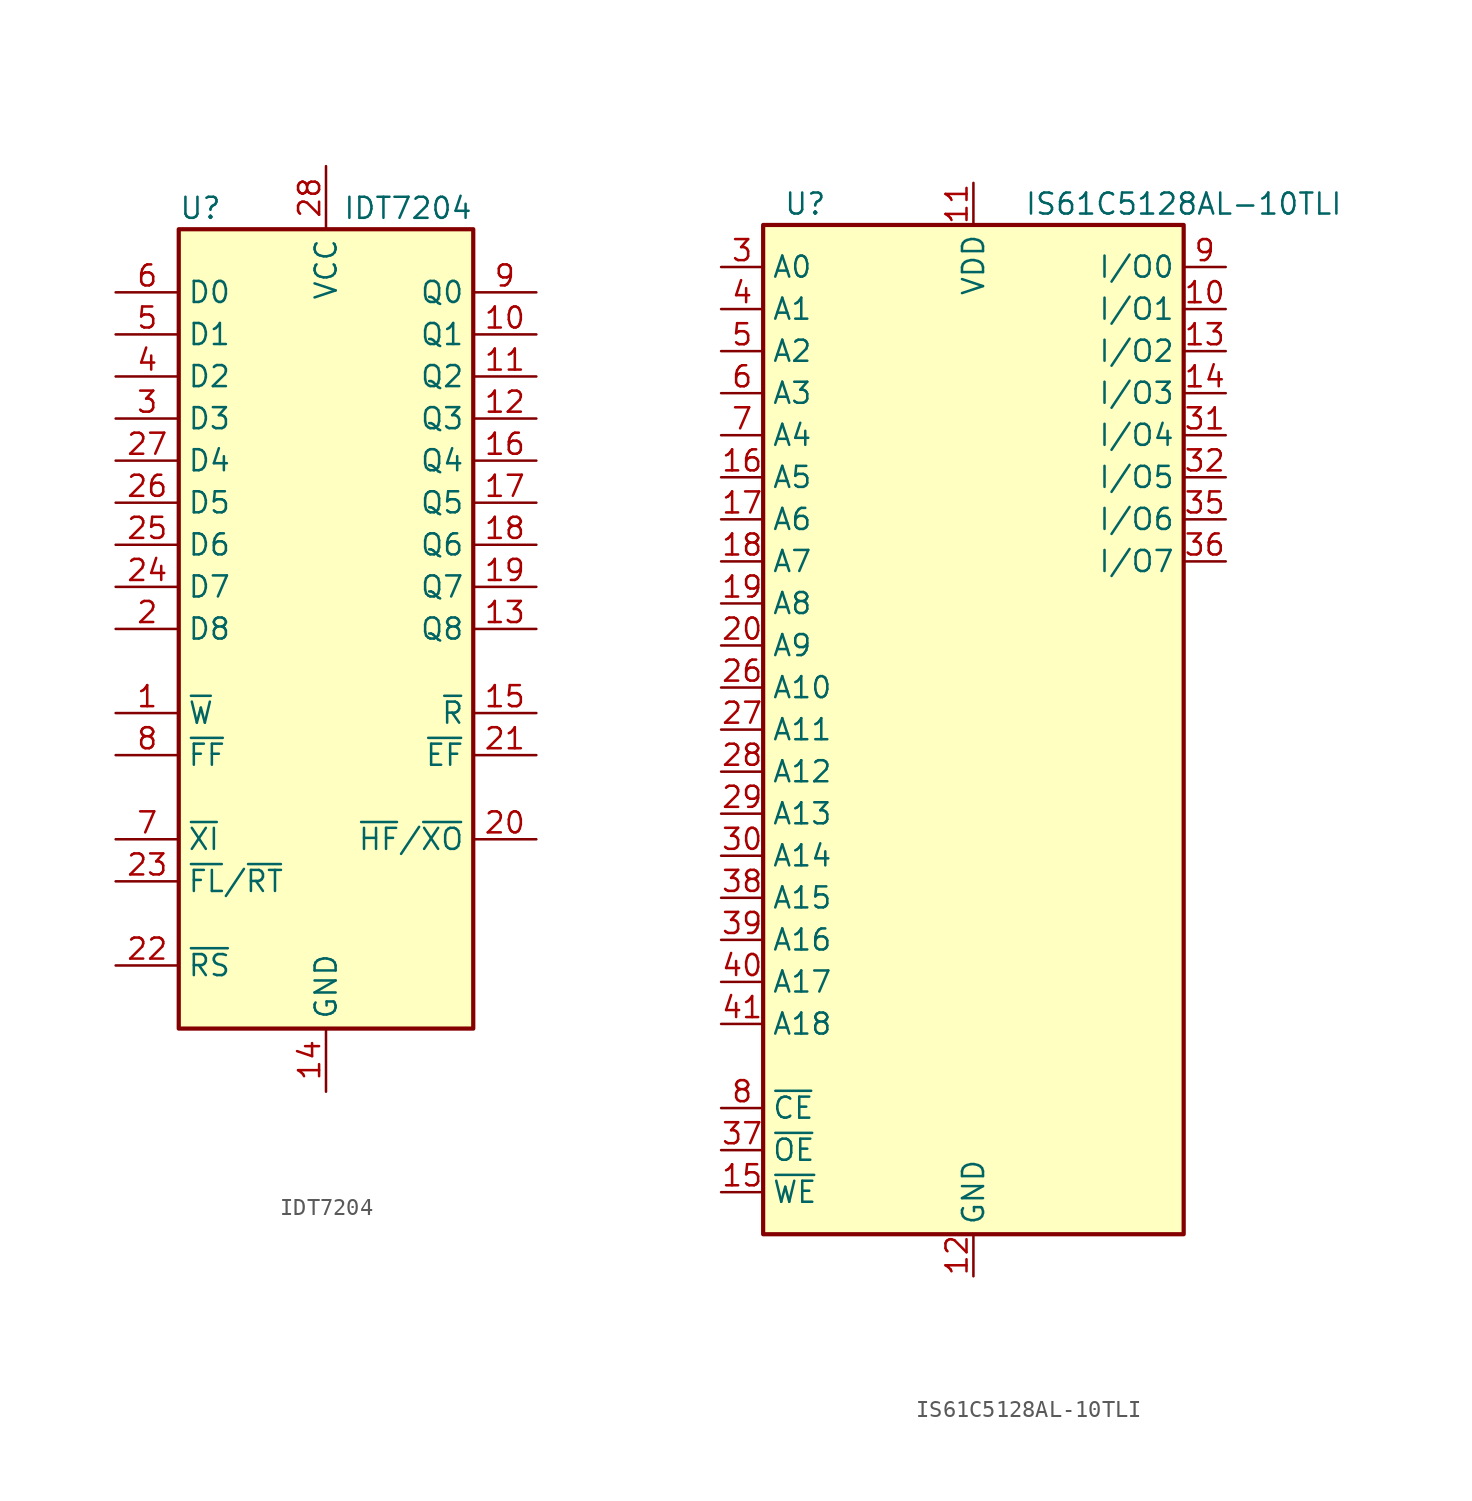
<source format=kicad_sym>
(kicad_symbol_lib
  (version 20231120)
  (generator "kicad_symbol_editor")
  (generator_version "8.0")
  (symbol "IDT7204"
    (property "Reference" "U"
      (at -8.89 25.4 0)
      (effects (font (size 1.27 1.27)) (justify left)))
    (property "Value" "IDT7204"
      (at 8.89 25.4 0)
      (effects (font (size 1.27 1.27)) (justify right)))
    (symbol "IDT7204_0_1"
      (rectangle (start -8.89 24.13) (end 8.89 -24.13) (stroke (width 0.254) (type default)) (fill (type background)))
      (pin input line (at -12.7 -5.08 0) (length 3.81) (name "~{W}" (effects (font (size 1.27 1.27)))) (number "1" (effects (font (size 1.27 1.27)))))
      (pin output line (at 12.7 17.78 180) (length 3.81) (name "Q1" (effects (font (size 1.27 1.27)))) (number "10" (effects (font (size 1.27 1.27)))))
      (pin output line (at 12.7 15.24 180) (length 3.81) (name "Q2" (effects (font (size 1.27 1.27)))) (number "11" (effects (font (size 1.27 1.27)))))
      (pin output line (at 12.7 12.7 180) (length 3.81) (name "Q3" (effects (font (size 1.27 1.27)))) (number "12" (effects (font (size 1.27 1.27)))))
      (pin output line (at 12.7 0 180) (length 3.81) (name "Q8" (effects (font (size 1.27 1.27)))) (number "13" (effects (font (size 1.27 1.27)))))
      (pin power_in line (at 0 -27.94 90) (length 3.81) (name "GND" (effects (font (size 1.27 1.27)))) (number "14" (effects (font (size 1.27 1.27)))))
      (pin input line (at 12.7 -5.08 180) (length 3.81) (name "~{R}" (effects (font (size 1.27 1.27)))) (number "15" (effects (font (size 1.27 1.27)))))
      (pin output line (at 12.7 10.16 180) (length 3.81) (name "Q4" (effects (font (size 1.27 1.27)))) (number "16" (effects (font (size 1.27 1.27)))))
      (pin output line (at 12.7 7.62 180) (length 3.81) (name "Q5" (effects (font (size 1.27 1.27)))) (number "17" (effects (font (size 1.27 1.27)))))
      (pin output line (at 12.7 5.08 180) (length 3.81) (name "Q6" (effects (font (size 1.27 1.27)))) (number "18" (effects (font (size 1.27 1.27)))))
      (pin output line (at 12.7 2.54 180) (length 3.81) (name "Q7" (effects (font (size 1.27 1.27)))) (number "19" (effects (font (size 1.27 1.27)))))
      (pin input line (at -12.7 0 0) (length 3.81) (name "D8" (effects (font (size 1.27 1.27)))) (number "2" (effects (font (size 1.27 1.27)))))
      (pin output line (at 12.7 -12.7 180) (length 3.81) (name "~{HF}/~{XO}" (effects (font (size 1.27 1.27)))) (number "20" (effects (font (size 1.27 1.27)))))
      (pin output line (at 12.7 -7.62 180) (length 3.81) (name "~{EF}" (effects (font (size 1.27 1.27)))) (number "21" (effects (font (size 1.27 1.27)))))
      (pin input line (at -12.7 -20.32 0) (length 3.81) (name "~{RS}" (effects (font (size 1.27 1.27)))) (number "22" (effects (font (size 1.27 1.27)))))
      (pin input line (at -12.7 -15.24 0) (length 3.81) (name "~{FL}/~{RT}" (effects (font (size 1.27 1.27)))) (number "23" (effects (font (size 1.27 1.27)))))
      (pin input line (at -12.7 2.54 0) (length 3.81) (name "D7" (effects (font (size 1.27 1.27)))) (number "24" (effects (font (size 1.27 1.27)))))
      (pin input line (at -12.7 5.08 0) (length 3.81) (name "D6" (effects (font (size 1.27 1.27)))) (number "25" (effects (font (size 1.27 1.27)))))
      (pin input line (at -12.7 7.62 0) (length 3.81) (name "D5" (effects (font (size 1.27 1.27)))) (number "26" (effects (font (size 1.27 1.27)))))
      (pin input line (at -12.7 10.16 0) (length 3.81) (name "D4" (effects (font (size 1.27 1.27)))) (number "27" (effects (font (size 1.27 1.27)))))
      (pin power_in line (at 0 27.94 270) (length 3.81) (name "VCC" (effects (font (size 1.27 1.27)))) (number "28" (effects (font (size 1.27 1.27)))))
      (pin input line (at -12.7 12.7 0) (length 3.81) (name "D3" (effects (font (size 1.27 1.27)))) (number "3" (effects (font (size 1.27 1.27)))))
      (pin input line (at -12.7 15.24 0) (length 3.81) (name "D2" (effects (font (size 1.27 1.27)))) (number "4" (effects (font (size 1.27 1.27)))))
      (pin input line (at -12.7 17.78 0) (length 3.81) (name "D1" (effects (font (size 1.27 1.27)))) (number "5" (effects (font (size 1.27 1.27)))))
      (pin input line (at -12.7 20.32 0) (length 3.81) (name "D0" (effects (font (size 1.27 1.27)))) (number "6" (effects (font (size 1.27 1.27)))))
      (pin input line (at -12.7 -12.7 0) (length 3.81) (name "~{XI}" (effects (font (size 1.27 1.27)))) (number "7" (effects (font (size 1.27 1.27)))))
      (pin output line (at -12.7 -7.62 0) (length 3.81) (name "~{FF}" (effects (font (size 1.27 1.27)))) (number "8" (effects (font (size 1.27 1.27)))))
      (pin output line (at 12.7 20.32 180) (length 3.81) (name "Q0" (effects (font (size 1.27 1.27)))) (number "9" (effects (font (size 1.27 1.27)))))))
  (symbol "IS61C5128AL-10TLI"
    (property "Reference" "U"
      (at -10.16 31.75 0)
      (effects (font (size 1.27 1.27))))
    (property "Value" "IS61C5128AL-10TLI"
      (at 12.7 31.75 0)
      (effects (font (size 1.27 1.27))))
    (symbol "IS61C5128AL-10TLI_0_1"
      (rectangle (start -12.7 30.48) (end 12.7 -30.48) (stroke (width 0.254) (type default)) (fill (type background))))
    (symbol "IS61C5128AL-10TLI_1_1"
      (pin no_connect line (at 12.7 -27.94 180) (length 2.54) hide (name "NC" (effects (font (size 1.27 1.27)))) (number "1" (effects (font (size 1.27 1.27)))))
      (pin bidirectional line (at 15.24 25.4 180) (length 2.54) (name "I/O1" (effects (font (size 1.27 1.27)))) (number "10" (effects (font (size 1.27 1.27)))))
      (pin power_in line (at 0 33.02 270) (length 2.54) (name "VDD" (effects (font (size 1.27 1.27)))) (number "11" (effects (font (size 1.27 1.27)))))
      (pin power_in line (at 0 -33.02 90) (length 2.54) (name "GND" (effects (font (size 1.27 1.27)))) (number "12" (effects (font (size 1.27 1.27)))))
      (pin bidirectional line (at 15.24 22.86 180) (length 2.54) (name "I/O2" (effects (font (size 1.27 1.27)))) (number "13" (effects (font (size 1.27 1.27)))))
      (pin bidirectional line (at 15.24 20.32 180) (length 2.54) (name "I/O3" (effects (font (size 1.27 1.27)))) (number "14" (effects (font (size 1.27 1.27)))))
      (pin input line (at -15.24 -27.94 0) (length 2.54) (name "~{WE}" (effects (font (size 1.27 1.27)))) (number "15" (effects (font (size 1.27 1.27)))))
      (pin input line (at -15.24 15.24 0) (length 2.54) (name "A5" (effects (font (size 1.27 1.27)))) (number "16" (effects (font (size 1.27 1.27)))))
      (pin input line (at -15.24 12.7 0) (length 2.54) (name "A6" (effects (font (size 1.27 1.27)))) (number "17" (effects (font (size 1.27 1.27)))))
      (pin input line (at -15.24 10.16 0) (length 2.54) (name "A7" (effects (font (size 1.27 1.27)))) (number "18" (effects (font (size 1.27 1.27)))))
      (pin input line (at -15.24 7.62 0) (length 2.54) (name "A8" (effects (font (size 1.27 1.27)))) (number "19" (effects (font (size 1.27 1.27)))))
      (pin no_connect line (at 12.7 -25.4 180) (length 2.54) hide (name "NC" (effects (font (size 1.27 1.27)))) (number "2" (effects (font (size 1.27 1.27)))))
      (pin input line (at -15.24 5.08 0) (length 2.54) (name "A9" (effects (font (size 1.27 1.27)))) (number "20" (effects (font (size 1.27 1.27)))))
      (pin no_connect line (at 12.7 -22.86 180) (length 2.54) hide (name "NC" (effects (font (size 1.27 1.27)))) (number "21" (effects (font (size 1.27 1.27)))))
      (pin no_connect line (at 12.7 -20.32 180) (length 2.54) hide (name "NC" (effects (font (size 1.27 1.27)))) (number "22" (effects (font (size 1.27 1.27)))))
      (pin no_connect line (at 12.7 -17.78 180) (length 2.54) hide (name "NC" (effects (font (size 1.27 1.27)))) (number "23" (effects (font (size 1.27 1.27)))))
      (pin no_connect line (at 12.7 -15.24 180) (length 2.54) hide (name "NC" (effects (font (size 1.27 1.27)))) (number "24" (effects (font (size 1.27 1.27)))))
      (pin no_connect line (at 12.7 -12.7 180) (length 2.54) hide (name "NC" (effects (font (size 1.27 1.27)))) (number "25" (effects (font (size 1.27 1.27)))))
      (pin input line (at -15.24 2.54 0) (length 2.54) (name "A10" (effects (font (size 1.27 1.27)))) (number "26" (effects (font (size 1.27 1.27)))))
      (pin input line (at -15.24 0 0) (length 2.54) (name "A11" (effects (font (size 1.27 1.27)))) (number "27" (effects (font (size 1.27 1.27)))))
      (pin input line (at -15.24 -2.54 0) (length 2.54) (name "A12" (effects (font (size 1.27 1.27)))) (number "28" (effects (font (size 1.27 1.27)))))
      (pin input line (at -15.24 -5.08 0) (length 2.54) (name "A13" (effects (font (size 1.27 1.27)))) (number "29" (effects (font (size 1.27 1.27)))))
      (pin input line (at -15.24 27.94 0) (length 2.54) (name "A0" (effects (font (size 1.27 1.27)))) (number "3" (effects (font (size 1.27 1.27)))))
      (pin input line (at -15.24 -7.62 0) (length 2.54) (name "A14" (effects (font (size 1.27 1.27)))) (number "30" (effects (font (size 1.27 1.27)))))
      (pin bidirectional line (at 15.24 17.78 180) (length 2.54) (name "I/O4" (effects (font (size 1.27 1.27)))) (number "31" (effects (font (size 1.27 1.27)))))
      (pin bidirectional line (at 15.24 15.24 180) (length 2.54) (name "I/O5" (effects (font (size 1.27 1.27)))) (number "32" (effects (font (size 1.27 1.27)))))
      (pin passive line (at 0 33.02 270) (length 2.54) hide (name "VDD" (effects (font (size 1.27 1.27)))) (number "33" (effects (font (size 1.27 1.27)))))
      (pin passive line (at 0 -33.02 90) (length 2.54) hide (name "GND" (effects (font (size 1.27 1.27)))) (number "34" (effects (font (size 1.27 1.27)))))
      (pin bidirectional line (at 15.24 12.7 180) (length 2.54) (name "I/O6" (effects (font (size 1.27 1.27)))) (number "35" (effects (font (size 1.27 1.27)))))
      (pin bidirectional line (at 15.24 10.16 180) (length 2.54) (name "I/O7" (effects (font (size 1.27 1.27)))) (number "36" (effects (font (size 1.27 1.27)))))
      (pin input line (at -15.24 -25.4 0) (length 2.54) (name "~{OE}" (effects (font (size 1.27 1.27)))) (number "37" (effects (font (size 1.27 1.27)))))
      (pin input line (at -15.24 -10.16 0) (length 2.54) (name "A15" (effects (font (size 1.27 1.27)))) (number "38" (effects (font (size 1.27 1.27)))))
      (pin input line (at -15.24 -12.7 0) (length 2.54) (name "A16" (effects (font (size 1.27 1.27)))) (number "39" (effects (font (size 1.27 1.27)))))
      (pin input line (at -15.24 25.4 0) (length 2.54) (name "A1" (effects (font (size 1.27 1.27)))) (number "4" (effects (font (size 1.27 1.27)))))
      (pin input line (at -15.24 -15.24 0) (length 2.54) (name "A17" (effects (font (size 1.27 1.27)))) (number "40" (effects (font (size 1.27 1.27)))))
      (pin input line (at -15.24 -17.78 0) (length 2.54) (name "A18" (effects (font (size 1.27 1.27)))) (number "41" (effects (font (size 1.27 1.27)))))
      (pin no_connect line (at 12.7 -10.16 180) (length 2.54) hide (name "NC" (effects (font (size 1.27 1.27)))) (number "42" (effects (font (size 1.27 1.27)))))
      (pin no_connect line (at 12.7 -7.62 180) (length 2.54) hide (name "NC" (effects (font (size 1.27 1.27)))) (number "43" (effects (font (size 1.27 1.27)))))
      (pin no_connect line (at 12.7 -5.08 180) (length 2.54) hide (name "NC" (effects (font (size 1.27 1.27)))) (number "44" (effects (font (size 1.27 1.27)))))
      (pin input line (at -15.24 22.86 0) (length 2.54) (name "A2" (effects (font (size 1.27 1.27)))) (number "5" (effects (font (size 1.27 1.27)))))
      (pin input line (at -15.24 20.32 0) (length 2.54) (name "A3" (effects (font (size 1.27 1.27)))) (number "6" (effects (font (size 1.27 1.27)))))
      (pin input line (at -15.24 17.78 0) (length 2.54) (name "A4" (effects (font (size 1.27 1.27)))) (number "7" (effects (font (size 1.27 1.27)))))
      (pin input line (at -15.24 -22.86 0) (length 2.54) (name "~{CE}" (effects (font (size 1.27 1.27)))) (number "8" (effects (font (size 1.27 1.27)))))
      (pin bidirectional line (at 15.24 27.94 180) (length 2.54) (name "I/O0" (effects (font (size 1.27 1.27)))) (number "9" (effects (font (size 1.27 1.27))))))))
</source>
